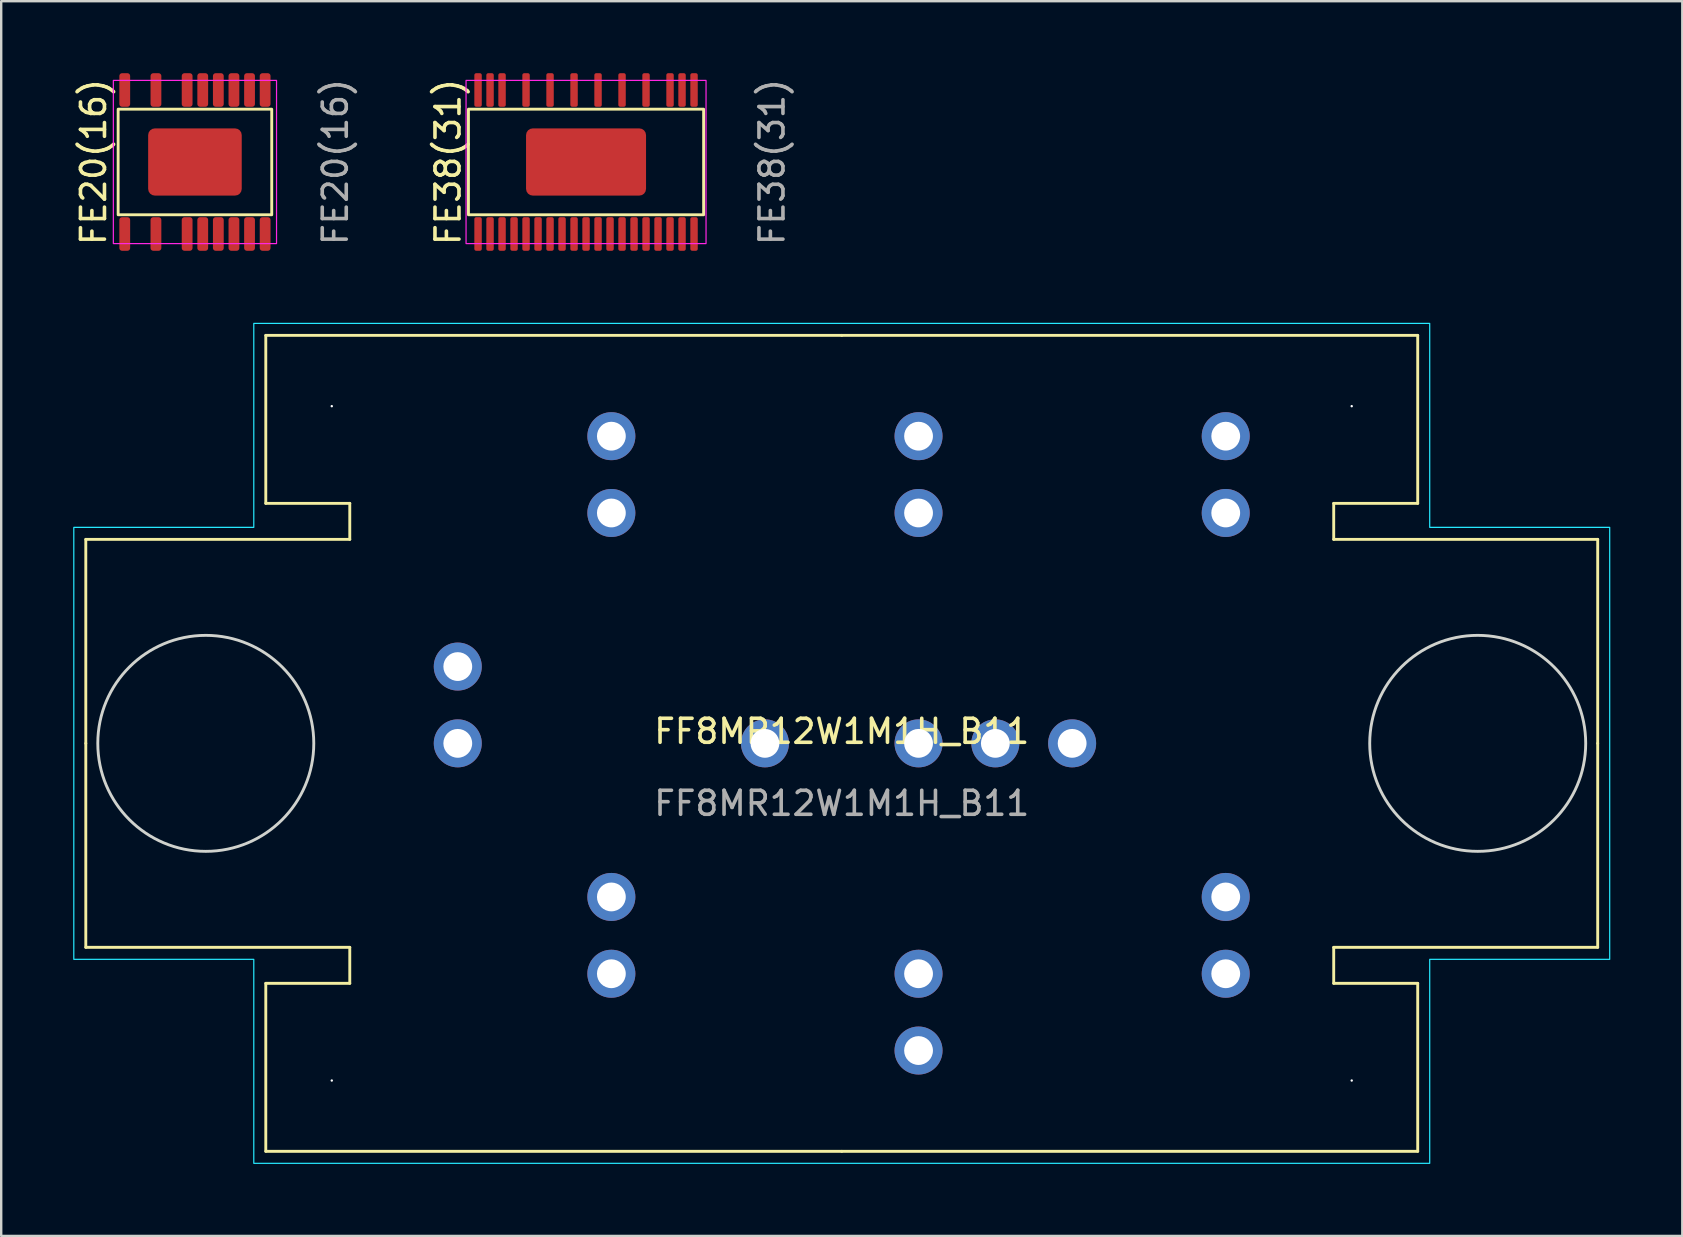
<source format=kicad_pcb>
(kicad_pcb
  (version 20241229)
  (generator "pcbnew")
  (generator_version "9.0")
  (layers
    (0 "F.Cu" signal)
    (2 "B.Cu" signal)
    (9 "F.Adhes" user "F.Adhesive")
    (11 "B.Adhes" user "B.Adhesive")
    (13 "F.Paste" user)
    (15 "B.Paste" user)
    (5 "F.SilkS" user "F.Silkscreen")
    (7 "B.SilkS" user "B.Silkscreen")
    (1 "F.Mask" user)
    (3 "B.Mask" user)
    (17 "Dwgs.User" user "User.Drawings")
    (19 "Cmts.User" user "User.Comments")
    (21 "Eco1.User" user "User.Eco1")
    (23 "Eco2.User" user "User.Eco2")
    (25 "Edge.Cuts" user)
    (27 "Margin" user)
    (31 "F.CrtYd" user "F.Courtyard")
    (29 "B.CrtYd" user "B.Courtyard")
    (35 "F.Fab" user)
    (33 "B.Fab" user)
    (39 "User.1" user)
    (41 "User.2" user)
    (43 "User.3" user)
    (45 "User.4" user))
  (footprint "FF8MR12W1M1H_B11"
    (layer "F.Cu")
    (at 32.025 27.925)
    (property "Reference" "FF8MR12W1M1H_B11" (at 0 -0.5 0) (unlocked yes) (layer "F.SilkS") (effects (font (size 1 1) (thickness 0.15))))
    (attr through_hole)
    (fp_line (start -31.5 -8.5) (end -20.5 -8.5) (stroke (width 0.12) (type default)) (layer "F.SilkS"))
    (fp_line (start -31.5 0) (end -31.5 -8.5) (stroke (width 0.12) (type default)) (layer "F.SilkS"))
    (fp_line (start -31.5 0) (end -31.5 8.5) (stroke (width 0.12) (type default)) (layer "F.SilkS"))
    (fp_line (start -31.5 8.5) (end -20.5 8.5) (stroke (width 0.12) (type default)) (layer "F.SilkS"))
    (fp_line (start -24 -17) (end 0 -17) (stroke (width 0.12) (type default)) (layer "F.SilkS"))
    (fp_line (start -24 -10) (end -24 -17) (stroke (width 0.12) (type default)) (layer "F.SilkS"))
    (fp_line (start -24 10) (end -24 17) (stroke (width 0.12) (type default)) (layer "F.SilkS"))
    (fp_line (start -24 17) (end 0 17) (stroke (width 0.12) (type default)) (layer "F.SilkS"))
    (fp_line (start -20.5 -10) (end -24 -10) (stroke (width 0.12) (type default)) (layer "F.SilkS"))
    (fp_line (start -20.5 -8.5) (end -20.5 -10) (stroke (width 0.12) (type default)) (layer "F.SilkS"))
    (fp_line (start -20.5 8.5) (end -20.5 10) (stroke (width 0.12) (type default)) (layer "F.SilkS"))
    (fp_line (start -20.5 10) (end -24 10) (stroke (width 0.12) (type default)) (layer "F.SilkS"))
    (fp_line (start 20.5 -10) (end 24 -10) (stroke (width 0.12) (type default)) (layer "F.SilkS"))
    (fp_line (start 20.5 -8.5) (end 20.5 -10) (stroke (width 0.12) (type default)) (layer "F.SilkS"))
    (fp_line (start 20.5 8.5) (end 20.5 10) (stroke (width 0.12) (type default)) (layer "F.SilkS"))
    (fp_line (start 20.5 10) (end 24 10) (stroke (width 0.12) (type default)) (layer "F.SilkS"))
    (fp_line (start 24 -17) (end 0 -17) (stroke (width 0.12) (type default)) (layer "F.SilkS"))
    (fp_line (start 24 -10) (end 24 -17) (stroke (width 0.12) (type default)) (layer "F.SilkS"))
    (fp_line (start 24 10) (end 24 17) (stroke (width 0.12) (type default)) (layer "F.SilkS"))
    (fp_line (start 24 17) (end 0 17) (stroke (width 0.12) (type default)) (layer "F.SilkS"))
    (fp_line (start 31.5 -8.5) (end 20.5 -8.5) (stroke (width 0.12) (type default)) (layer "F.SilkS"))
    (fp_line (start 31.5 0) (end 31.5 -8.5) (stroke (width 0.12) (type default)) (layer "F.SilkS"))
    (fp_line (start 31.5 0) (end 31.5 8.5) (stroke (width 0.12) (type default)) (layer "F.SilkS"))
    (fp_line (start 31.5 8.5) (end 20.5 8.5) (stroke (width 0.12) (type default)) (layer "F.SilkS"))
    (fp_circle (center -26.5 0) (end -22 0) (stroke (width 0.12) (type default)) (fill no) (layer "Edge.Cuts"))
    (fp_circle (center 26.5 0) (end 31 0) (stroke (width 0.12) (type default)) (fill no) (layer "Edge.Cuts"))
    (fp_poly (pts (xy -24.5 -9) (xy -24.5 -17.5) (xy 24.5 -17.5) (xy 24.5 -9) (xy 32 -9) (xy 32 9) (xy 24.5 9) (xy 24.5 17.5) (xy -24.5 17.5) (xy -24.5 9) (xy -32 9) (xy -32 -9)) (stroke (width 0.05) (type solid)) (fill no) (layer "B.CrtYd"))
    (fp_text user "${REFERENCE}" (at 0 2.5 0) (unlocked yes) (layer "F.Fab") (effects (font (size 1 1) (thickness 0.15))))
    (pad "" np_thru_hole circle (at -21.25 -14.05 180) (size 0.1 0.1) (drill 2.8) (layers "*.Cu" "*.Mask"))
    (pad "" np_thru_hole circle (at -21.25 14.05) (size 0.1 0.1) (drill 2.8) (layers "*.Cu" "*.Mask"))
    (pad "" np_thru_hole circle (at 21.25 -14.05 180) (size 0.1 0.1) (drill 2.8) (layers "*.Cu" "*.Mask"))
    (pad "" np_thru_hole circle (at 21.25 14.05) (size 0.1 0.1) (drill 2.8) (layers "*.Cu" "*.Mask"))
    (pad "G1" thru_hole circle (at 3.2 9.6) (size 2 2) (drill 1.2) (layers "*.Cu" "*.Mask"))
    (pad "G2" thru_hole circle (at 3.2 -9.6) (size 2 2) (drill 1.2) (layers "*.Cu" "*.Mask"))
    (pad "HS1" thru_hole circle (at 3.2 12.8) (size 2 2) (drill 1.2) (layers "*.Cu" "*.Mask"))
    (pad "HS2" thru_hole circle (at 3.2 -12.8) (size 2 2) (drill 1.2) (layers "*.Cu" "*.Mask"))
    (pad "N1" thru_hole circle (at -3.2 0) (size 2 2) (drill 1.2) (layers "*.Cu" "*.Mask"))
    (pad "N1" thru_hole circle (at 3.2 0) (size 2 2) (drill 1.2) (layers "*.Cu" "*.Mask"))
    (pad "N1" thru_hole circle (at 6.4 0) (size 2 2) (drill 1.2) (layers "*.Cu" "*.Mask"))
    (pad "N1" thru_hole circle (at 9.6 0) (size 2 2) (drill 1.2) (layers "*.Cu" "*.Mask"))
    (pad "P1" thru_hole circle (at -9.6 6.4) (size 2 2) (drill 1.2) (layers "*.Cu" "*.Mask"))
    (pad "P1" thru_hole circle (at -9.6 9.6) (size 2 2) (drill 1.2) (layers "*.Cu" "*.Mask"))
    (pad "P1" thru_hole circle (at 16 6.4) (size 2 2) (drill 1.2) (layers "*.Cu" "*.Mask"))
    (pad "P1" thru_hole circle (at 16 9.6) (size 2 2) (drill 1.2) (layers "*.Cu" "*.Mask"))
    (pad "X1" thru_hole circle (at -9.6 -12.8) (size 2 2) (drill 1.2) (layers "*.Cu" "*.Mask"))
    (pad "X1" thru_hole circle (at -9.6 -9.6) (size 2 2) (drill 1.2) (layers "*.Cu" "*.Mask"))
    (pad "X1" thru_hole circle (at 16 -12.8) (size 2 2) (drill 1.2) (layers "*.Cu" "*.Mask"))
    (pad "X1" thru_hole circle (at 16 -9.6) (size 2 2) (drill 1.2) (layers "*.Cu" "*.Mask"))
    (pad "X2" thru_hole circle (at -16 -3.2) (size 2 2) (drill 1.2) (layers "*.Cu" "*.Mask"))
    (pad "X3" thru_hole circle (at -16 0) (size 2 2) (drill 1.2) (layers "*.Cu" "*.Mask")))
  (footprint "FE20(16)"
    (layer "F.Cu")
    (at 5.073 3.7)
    (property "Reference" "FE20(16)" (at -4.225 0 90) (unlocked yes) (layer "F.SilkS") (effects (font (size 1 1) (thickness 0.15))))
    (attr smd)
    (fp_rect (start -3.2 -2.2) (end 3.2 2.2) (stroke (width 0.12) (type solid)) (fill no) (layer "F.SilkS"))
    (fp_rect (start 3.4 3.4) (end -3.4 -3.4) (stroke (width 0.05) (type solid)) (fill no) (layer "F.CrtYd"))
    (fp_text user "${REFERENCE}" (at 5.85 0 90) (unlocked yes) (layer "F.Fab") (effects (font (size 1 1) (thickness 0.15))))
    (pad "1" smd roundrect (at -2.925 3) (size 0.45 1.4) (layers "F.Cu" "F.Mask" "F.Paste") (roundrect_rratio 0.25))
    (pad "3" smd roundrect (at -1.625 3) (size 0.45 1.4) (layers "F.Cu" "F.Mask" "F.Paste") (roundrect_rratio 0.25))
    (pad "5" smd roundrect (at -0.325 3) (size 0.45 1.4) (layers "F.Cu" "F.Mask" "F.Paste") (roundrect_rratio 0.25))
    (pad "6" smd roundrect (at 0.325 3) (size 0.45 1.4) (layers "F.Cu" "F.Mask" "F.Paste") (roundrect_rratio 0.25))
    (pad "7" smd roundrect (at 0.975 3) (size 0.45 1.4) (layers "F.Cu" "F.Mask" "F.Paste") (roundrect_rratio 0.25))
    (pad "8" smd roundrect (at 1.625 3) (size 0.45 1.4) (layers "F.Cu" "F.Mask" "F.Paste") (roundrect_rratio 0.25))
    (pad "9" smd roundrect (at 2.275 3) (size 0.45 1.4) (layers "F.Cu" "F.Mask" "F.Paste") (roundrect_rratio 0.25))
    (pad "10" smd roundrect (at 2.925 3) (size 0.45 1.4) (layers "F.Cu" "F.Mask" "F.Paste") (roundrect_rratio 0.25))
    (pad "11" smd roundrect (at 2.925 -3) (size 0.45 1.4) (layers "F.Cu" "F.Mask" "F.Paste") (roundrect_rratio 0.25))
    (pad "12" smd roundrect (at 2.275 -3) (size 0.45 1.4) (layers "F.Cu" "F.Mask" "F.Paste") (roundrect_rratio 0.25))
    (pad "13" smd roundrect (at 1.625 -3) (size 0.45 1.4) (layers "F.Cu" "F.Mask" "F.Paste") (roundrect_rratio 0.25))
    (pad "14" smd roundrect (at 0.975 -3) (size 0.45 1.4) (layers "F.Cu" "F.Mask" "F.Paste") (roundrect_rratio 0.25))
    (pad "15" smd roundrect (at 0.325 -3) (size 0.45 1.4) (layers "F.Cu" "F.Mask" "F.Paste") (roundrect_rratio 0.25))
    (pad "16" smd roundrect (at -0.325 -3) (size 0.45 1.4) (layers "F.Cu" "F.Mask" "F.Paste") (roundrect_rratio 0.25))
    (pad "18" smd roundrect (at -1.625 -3) (size 0.45 1.4) (layers "F.Cu" "F.Mask" "F.Paste") (roundrect_rratio 0.25))
    (pad "20" smd roundrect (at -2.925 -3) (size 0.45 1.4) (layers "F.Cu" "F.Mask" "F.Paste") (roundrect_rratio 0.25))
    (pad "EP" smd roundrect (at 0 0) (size 3.9 2.8) (layers "F.Cu" "F.Mask" "F.Paste") (roundrect_rratio 0.1)))
  (footprint "FE38(31)"
    (layer "F.Cu")
    (at 21.37 3.7)
    (property "Reference" "FE38(31)" (at -5.75 0 90) (unlocked yes) (layer "F.SilkS") (effects (font (size 1 1) (thickness 0.15))))
    (attr smd)
    (fp_rect (start -4.9 -2.2) (end 4.9 2.2) (stroke (width 0.12) (type solid)) (fill no) (layer "F.SilkS"))
    (fp_rect (start -5 -3.4) (end 5 3.4) (stroke (width 0.05) (type solid)) (fill no) (layer "F.CrtYd"))
    (fp_text user "${REFERENCE}" (at 7.75 0 90) (unlocked yes) (layer "F.Fab") (effects (font (size 1 1) (thickness 0.15))))
    (pad "1" smd roundrect (at -4.5 3) (size 0.31 1.4) (layers "F.Cu" "F.Mask" "F.Paste") (roundrect_rratio 0.25))
    (pad "2" smd roundrect (at -4 3) (size 0.31 1.4) (layers "F.Cu" "F.Mask" "F.Paste") (roundrect_rratio 0.25))
    (pad "3" smd roundrect (at -3.5 3) (size 0.31 1.4) (layers "F.Cu" "F.Mask" "F.Paste") (roundrect_rratio 0.25))
    (pad "4" smd roundrect (at -3 3) (size 0.31 1.4) (layers "F.Cu" "F.Mask" "F.Paste") (roundrect_rratio 0.25))
    (pad "5" smd roundrect (at -2.5 3) (size 0.31 1.4) (layers "F.Cu" "F.Mask" "F.Paste") (roundrect_rratio 0.25))
    (pad "6" smd roundrect (at -2 3) (size 0.31 1.4) (layers "F.Cu" "F.Mask" "F.Paste") (roundrect_rratio 0.25))
    (pad "7" smd roundrect (at -1.5 3) (size 0.31 1.4) (layers "F.Cu" "F.Mask" "F.Paste") (roundrect_rratio 0.25))
    (pad "8" smd roundrect (at -1 3) (size 0.31 1.4) (layers "F.Cu" "F.Mask" "F.Paste") (roundrect_rratio 0.25))
    (pad "9" smd roundrect (at -0.5 3) (size 0.31 1.4) (layers "F.Cu" "F.Mask" "F.Paste") (roundrect_rratio 0.25))
    (pad "10" smd roundrect (at 0 3) (size 0.31 1.4) (layers "F.Cu" "F.Mask" "F.Paste") (roundrect_rratio 0.25))
    (pad "11" smd roundrect (at 0.5 3) (size 0.31 1.4) (layers "F.Cu" "F.Mask" "F.Paste") (roundrect_rratio 0.25))
    (pad "12" smd roundrect (at 1 3) (size 0.31 1.4) (layers "F.Cu" "F.Mask" "F.Paste") (roundrect_rratio 0.25))
    (pad "13" smd roundrect (at 1.5 3) (size 0.31 1.4) (layers "F.Cu" "F.Mask" "F.Paste") (roundrect_rratio 0.25))
    (pad "14" smd roundrect (at 2 3) (size 0.31 1.4) (layers "F.Cu" "F.Mask" "F.Paste") (roundrect_rratio 0.25))
    (pad "15" smd roundrect (at 2.5 3) (size 0.31 1.4) (layers "F.Cu" "F.Mask" "F.Paste") (roundrect_rratio 0.25))
    (pad "16" smd roundrect (at 3 3) (size 0.31 1.4) (layers "F.Cu" "F.Mask" "F.Paste") (roundrect_rratio 0.25))
    (pad "17" smd roundrect (at 3.5 3) (size 0.31 1.4) (layers "F.Cu" "F.Mask" "F.Paste") (roundrect_rratio 0.25))
    (pad "18" smd roundrect (at 4 3) (size 0.31 1.4) (layers "F.Cu" "F.Mask" "F.Paste") (roundrect_rratio 0.25))
    (pad "19" smd roundrect (at 4.5 3) (size 0.31 1.4) (layers "F.Cu" "F.Mask" "F.Paste") (roundrect_rratio 0.25))
    (pad "20" smd roundrect (at 4.5 -3) (size 0.31 1.4) (layers "F.Cu" "F.Mask" "F.Paste") (roundrect_rratio 0.25))
    (pad "21" smd roundrect (at 4 -3) (size 0.31 1.4) (layers "F.Cu" "F.Mask" "F.Paste") (roundrect_rratio 0.25))
    (pad "22" smd roundrect (at 3.5 -3) (size 0.31 1.4) (layers "F.Cu" "F.Mask" "F.Paste") (roundrect_rratio 0.25))
    (pad "24" smd roundrect (at 2.5 -3) (size 0.31 1.4) (layers "F.Cu" "F.Mask" "F.Paste") (roundrect_rratio 0.25))
    (pad "26" smd roundrect (at 1.5 -3) (size 0.31 1.4) (layers "F.Cu" "F.Mask" "F.Paste") (roundrect_rratio 0.25))
    (pad "28" smd roundrect (at 0.5 -3) (size 0.31 1.4) (layers "F.Cu" "F.Mask" "F.Paste") (roundrect_rratio 0.25))
    (pad "30" smd roundrect (at -0.5 -3) (size 0.31 1.4) (layers "F.Cu" "F.Mask" "F.Paste") (roundrect_rratio 0.25))
    (pad "32" smd roundrect (at -1.5 -3) (size 0.31 1.4) (layers "F.Cu" "F.Mask" "F.Paste") (roundrect_rratio 0.25))
    (pad "34" smd roundrect (at -2.5 -3) (size 0.31 1.4) (layers "F.Cu" "F.Mask" "F.Paste") (roundrect_rratio 0.25))
    (pad "36" smd roundrect (at -3.5 -3) (size 0.31 1.4) (layers "F.Cu" "F.Mask" "F.Paste") (roundrect_rratio 0.25))
    (pad "37" smd roundrect (at -4 -3) (size 0.31 1.4) (layers "F.Cu" "F.Mask" "F.Paste") (roundrect_rratio 0.25))
    (pad "38" smd roundrect (at -4.5 -3) (size 0.31 1.4) (layers "F.Cu" "F.Mask" "F.Paste") (roundrect_rratio 0.25))
    (pad "EP" smd roundrect (at 0 0) (size 5 2.8) (layers "F.Cu" "F.Mask" "F.Paste") (roundrect_rratio 0.1)))
  (gr_rect
    (start -3 -3)
    (end 67.05 48.45)
    (stroke (width 0.1) (type default))
    (fill no)
    (layer "Edge.Cuts")))
</source>
